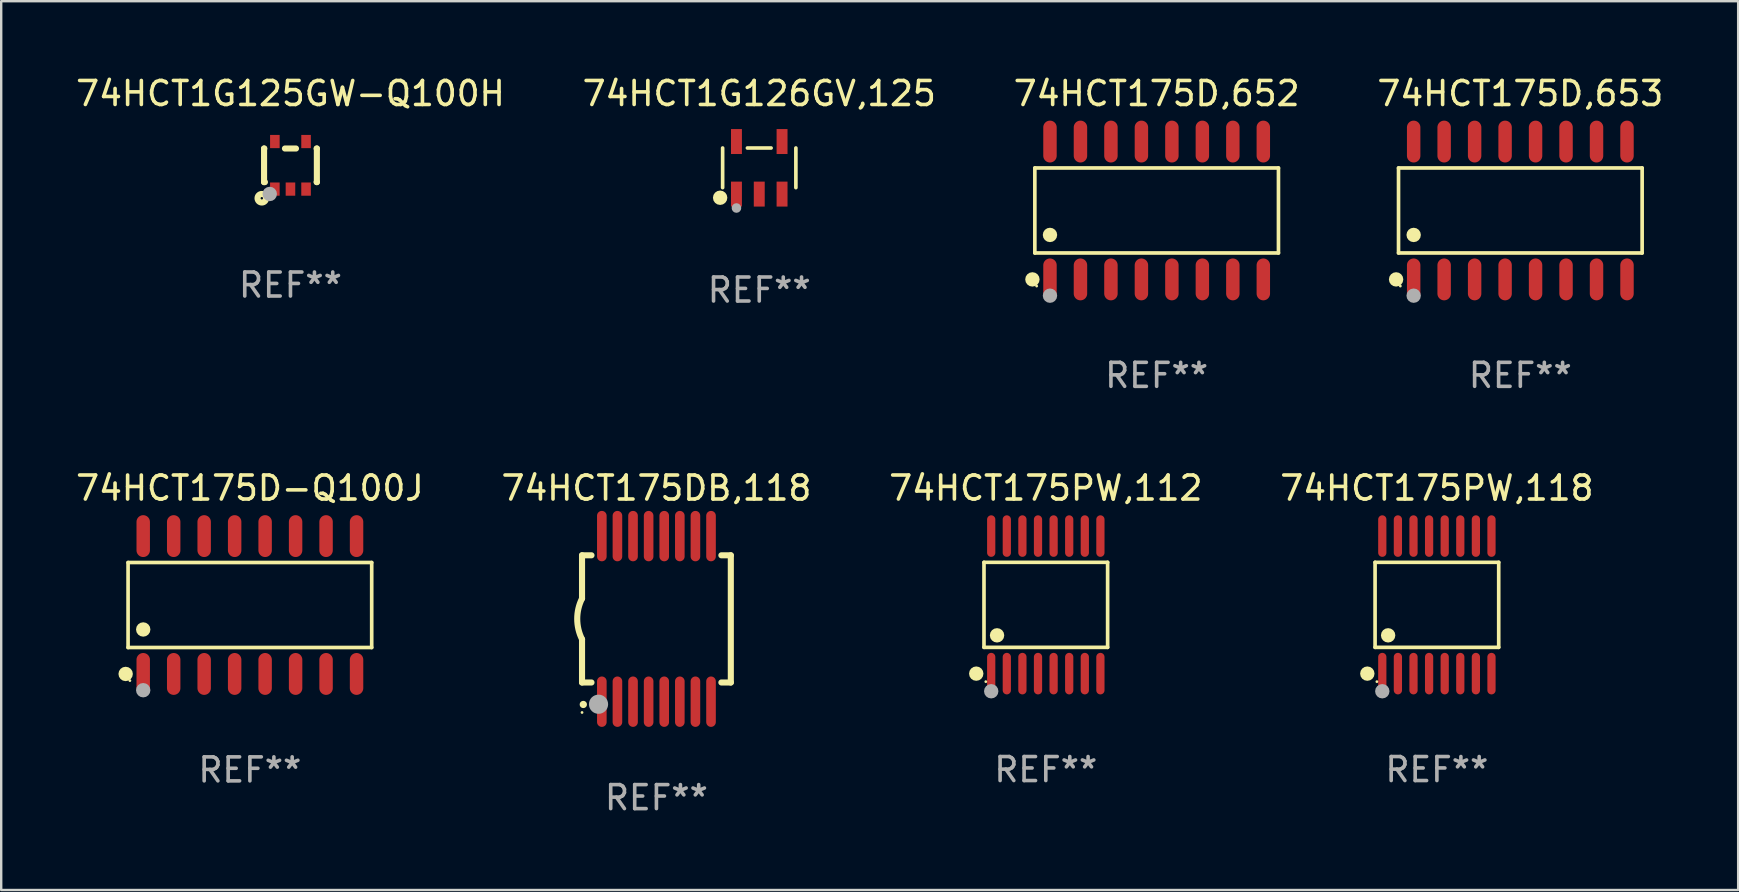
<source format=kicad_pcb>
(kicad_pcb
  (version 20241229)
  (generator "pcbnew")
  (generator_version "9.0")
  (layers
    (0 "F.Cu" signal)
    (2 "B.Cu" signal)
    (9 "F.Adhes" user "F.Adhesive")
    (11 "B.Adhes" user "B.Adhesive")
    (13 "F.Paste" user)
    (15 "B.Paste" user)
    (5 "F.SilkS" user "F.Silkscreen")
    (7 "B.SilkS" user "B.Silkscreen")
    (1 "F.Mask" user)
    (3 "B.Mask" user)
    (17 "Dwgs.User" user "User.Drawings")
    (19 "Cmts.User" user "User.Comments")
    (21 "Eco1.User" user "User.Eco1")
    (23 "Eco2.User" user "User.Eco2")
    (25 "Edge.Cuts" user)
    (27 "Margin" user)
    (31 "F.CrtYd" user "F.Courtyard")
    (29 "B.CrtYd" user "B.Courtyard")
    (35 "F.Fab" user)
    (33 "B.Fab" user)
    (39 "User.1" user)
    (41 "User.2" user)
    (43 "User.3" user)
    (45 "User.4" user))
  (footprint "74HCT175DB,118"
    (layer "F.Cu")
    (at 24.304 22.74)
    (property "Reference" "74HCT175DB,118" (at 0 -5.45 0) (layer "F.SilkS") (effects (font (size 1 1) (thickness 0.15))))
    (attr through_hole)
    (fp_line (start -3.1 -2.65) (end -3.1 -0.85) (stroke (width 0.254) (type solid)) (layer "F.SilkS"))
    (fp_line (start -3.1 -2.65) (end -2.706 -2.65) (stroke (width 0.254) (type solid)) (layer "F.SilkS"))
    (fp_line (start -3.1 2.65) (end -3.1 0.85) (stroke (width 0.254) (type solid)) (layer "F.SilkS"))
    (fp_line (start -3.1 2.65) (end -2.706 2.65) (stroke (width 0.254) (type solid)) (layer "F.SilkS"))
    (fp_line (start 2.706 -2.65) (end 3.1 -2.65) (stroke (width 0.254) (type solid)) (layer "F.SilkS"))
    (fp_line (start 2.706 2.65) (end 3.1 2.65) (stroke (width 0.254) (type solid)) (layer "F.SilkS"))
    (fp_line (start 3.1 -2.65) (end 3.1 2.65) (stroke (width 0.254) (type solid)) (layer "F.SilkS"))
    (fp_arc (start -3.098907 0.850902) (mid -3.300057 0.000523) (end -3.1 -0.850114) (stroke (width 0.254001) (type solid)) (layer "F.SilkS"))
    (fp_arc (start -3.048006 3.566066) (mid -3.046736 3.566061) (end -3.045466 3.566066) (stroke (width 0.3) (type solid)) (layer "F.SilkS"))
    (fp_circle (center -3.1 3.9) (end -3.07 3.9) (stroke (width 0.06) (type solid)) (fill no) (layer "F.SilkS"))
    (fp_circle (center -2.413 3.556) (end -2.213 3.556) (stroke (width 0.4) (type solid)) (fill no) (layer "F.Fab"))
    (fp_text user "REF**" (at 0 7.45 0) (layer "F.Fab") (effects (font (size 1 1) (thickness 0.15))))
    (pad "1" smd oval (at -2.275 3.45 180) (size 0.4 2.1) (layers "F.Cu" "F.Mask" "F.Paste"))
    (pad "2" smd oval (at -1.625 3.45 180) (size 0.4 2.1) (layers "F.Cu" "F.Mask" "F.Paste"))
    (pad "3" smd oval (at -0.975 3.45 180) (size 0.4 2.1) (layers "F.Cu" "F.Mask" "F.Paste"))
    (pad "4" smd oval (at -0.325 3.45 180) (size 0.4 2.1) (layers "F.Cu" "F.Mask" "F.Paste"))
    (pad "5" smd oval (at 0.325 3.45 180) (size 0.4 2.1) (layers "F.Cu" "F.Mask" "F.Paste"))
    (pad "6" smd oval (at 0.975 3.45 180) (size 0.4 2.1) (layers "F.Cu" "F.Mask" "F.Paste"))
    (pad "7" smd oval (at 1.625 3.45 180) (size 0.4 2.1) (layers "F.Cu" "F.Mask" "F.Paste"))
    (pad "8" smd oval (at 2.275 3.45 180) (size 0.4 2.1) (layers "F.Cu" "F.Mask" "F.Paste"))
    (pad "9" smd oval (at 2.275 -3.45 180) (size 0.4 2.1) (layers "F.Cu" "F.Mask" "F.Paste"))
    (pad "10" smd oval (at 1.625 -3.45 180) (size 0.4 2.1) (layers "F.Cu" "F.Mask" "F.Paste"))
    (pad "11" smd oval (at 0.975 -3.45 180) (size 0.4 2.1) (layers "F.Cu" "F.Mask" "F.Paste"))
    (pad "12" smd oval (at 0.325 -3.45 180) (size 0.4 2.1) (layers "F.Cu" "F.Mask" "F.Paste"))
    (pad "13" smd oval (at -0.325 -3.45 180) (size 0.4 2.1) (layers "F.Cu" "F.Mask" "F.Paste"))
    (pad "14" smd oval (at -0.975 -3.45 180) (size 0.4 2.1) (layers "F.Cu" "F.Mask" "F.Paste"))
    (pad "15" smd oval (at -1.625 -3.45 180) (size 0.4 2.1) (layers "F.Cu" "F.Mask" "F.Paste"))
    (pad "16" smd oval (at -2.275 -3.45 180) (size 0.4 2.1) (layers "F.Cu" "F.Mask" "F.Paste")))
  (footprint "74HCT1G125GW-Q100H"
    (layer "F.Cu")
    (at 9.054 3.839)
    (property "Reference" "74HCT1G125GW-Q100H" (at 0 -2.991 0) (layer "F.SilkS") (effects (font (size 1 1) (thickness 0.15))))
    (attr through_hole)
    (fp_line (start -1.1 -0.7) (end -1.1 0.7) (stroke (width 0.254) (type solid)) (layer "F.SilkS"))
    (fp_line (start -1.1 -0.7) (end -1.09 -0.7) (stroke (width 0.254) (type solid)) (layer "F.SilkS"))
    (fp_line (start -1.1 0.7) (end -1.065 0.7) (stroke (width 0.254) (type solid)) (layer "F.SilkS"))
    (fp_line (start -0.23 -0.7) (end 0.23 -0.7) (stroke (width 0.254) (type solid)) (layer "F.SilkS"))
    (fp_line (start 1.09 -0.7) (end 1.1 -0.7) (stroke (width 0.254) (type solid)) (layer "F.SilkS"))
    (fp_line (start 1.09 0.7) (end 1.1 0.7) (stroke (width 0.254) (type solid)) (layer "F.SilkS"))
    (fp_line (start 1.1 -0.7) (end 1.1 0.7) (stroke (width 0.254) (type solid)) (layer "F.SilkS"))
    (fp_circle (center -1.194 1.372) (end -1.143 1.372) (stroke (width 0.254) (type solid)) (fill no) (layer "F.SilkS"))
    (fp_circle (center -1.05 1.063) (end -1.02 1.063) (stroke (width 0.06) (type solid)) (fill no) (layer "F.SilkS"))
    (fp_circle (center -0.864 1.194) (end -0.713 1.194) (stroke (width 0.3) (type solid)) (fill no) (layer "F.Fab"))
    (fp_text user "REF**" (at 0 4.991 0) (layer "F.Fab") (effects (font (size 1 1) (thickness 0.15))))
    (pad "1" smd rect (at -0.65 0.991 180) (size 0.399 0.551) (layers "F.Cu" "F.Mask" "F.Paste"))
    (pad "2" smd rect (at 0 0.991 180) (size 0.399 0.551) (layers "F.Cu" "F.Mask" "F.Paste"))
    (pad "3" smd rect (at 0.65 0.991 180) (size 0.399 0.551) (layers "F.Cu" "F.Mask" "F.Paste"))
    (pad "4" smd rect (at 0.65 -0.991 180) (size 0.399 0.551) (layers "F.Cu" "F.Mask" "F.Paste"))
    (pad "5" smd rect (at -0.65 -0.991 180) (size 0.399 0.551) (layers "F.Cu" "F.Mask" "F.Paste")))
  (footprint "74HCT175PW,112"
    (layer "F.Cu")
    (at 40.53 22.155)
    (property "Reference" "74HCT175PW,112" (at 0 -4.866 0) (layer "F.SilkS") (effects (font (size 1 1) (thickness 0.15))))
    (attr through_hole)
    (fp_line (start -2.576 -1.772) (end 2.576 -1.772) (stroke (width 0.152) (type solid)) (layer "F.SilkS"))
    (fp_line (start -2.576 1.771) (end -2.576 -1.772) (stroke (width 0.152) (type solid)) (layer "F.SilkS"))
    (fp_line (start 2.576 -1.772) (end 2.576 1.771) (stroke (width 0.152) (type solid)) (layer "F.SilkS"))
    (fp_line (start 2.576 1.771) (end -2.576 1.771) (stroke (width 0.152) (type solid)) (layer "F.SilkS"))
    (fp_circle (center -2.899 2.866) (end -2.749 2.866) (stroke (width 0.3) (type solid)) (fill no) (layer "F.SilkS"))
    (fp_circle (center -2.5 3.2) (end -2.47 3.2) (stroke (width 0.06) (type solid)) (fill no) (layer "F.SilkS"))
    (fp_circle (center -2.032 1.27) (end -1.882 1.27) (stroke (width 0.3) (type solid)) (fill no) (layer "F.SilkS"))
    (fp_circle (center -2.275 3.6) (end -2.125 3.6) (stroke (width 0.3) (type solid)) (fill no) (layer "F.Fab"))
    (fp_text user "REF**" (at 0 6.866 0) (layer "F.Fab") (effects (font (size 1 1) (thickness 0.15))))
    (pad "1" smd oval (at -2.275 2.866) (size 0.343 1.731) (layers "F.Cu" "F.Mask" "F.Paste"))
    (pad "2" smd oval (at -1.625 2.866) (size 0.343 1.731) (layers "F.Cu" "F.Mask" "F.Paste"))
    (pad "3" smd oval (at -0.975 2.866) (size 0.343 1.731) (layers "F.Cu" "F.Mask" "F.Paste"))
    (pad "4" smd oval (at -0.325 2.866) (size 0.343 1.731) (layers "F.Cu" "F.Mask" "F.Paste"))
    (pad "5" smd oval (at 0.325 2.866) (size 0.343 1.731) (layers "F.Cu" "F.Mask" "F.Paste"))
    (pad "6" smd oval (at 0.975 2.866) (size 0.343 1.731) (layers "F.Cu" "F.Mask" "F.Paste"))
    (pad "7" smd oval (at 1.625 2.866) (size 0.343 1.731) (layers "F.Cu" "F.Mask" "F.Paste"))
    (pad "8" smd oval (at 2.275 2.866) (size 0.343 1.731) (layers "F.Cu" "F.Mask" "F.Paste"))
    (pad "9" smd oval (at 2.275 -2.866) (size 0.343 1.731) (layers "F.Cu" "F.Mask" "F.Paste"))
    (pad "10" smd oval (at 1.625 -2.866) (size 0.343 1.731) (layers "F.Cu" "F.Mask" "F.Paste"))
    (pad "11" smd oval (at 0.975 -2.866) (size 0.343 1.731) (layers "F.Cu" "F.Mask" "F.Paste"))
    (pad "12" smd oval (at 0.325 -2.866) (size 0.343 1.731) (layers "F.Cu" "F.Mask" "F.Paste"))
    (pad "13" smd oval (at -0.325 -2.866) (size 0.343 1.731) (layers "F.Cu" "F.Mask" "F.Paste"))
    (pad "14" smd oval (at -0.975 -2.866) (size 0.343 1.731) (layers "F.Cu" "F.Mask" "F.Paste"))
    (pad "15" smd oval (at -1.625 -2.866) (size 0.343 1.731) (layers "F.Cu" "F.Mask" "F.Paste"))
    (pad "16" smd oval (at -2.275 -2.866) (size 0.343 1.731) (layers "F.Cu" "F.Mask" "F.Paste")))
  (footprint "74HCT175D,652"
    (layer "F.Cu")
    (at 45.149 5.721)
    (property "Reference" "74HCT175D,652" (at 0 -4.872 0) (layer "F.SilkS") (effects (font (size 1 1) (thickness 0.15))))
    (attr through_hole)
    (fp_line (start -5.076 -1.771) (end 5.076 -1.771) (stroke (width 0.152) (type solid)) (layer "F.SilkS"))
    (fp_line (start -5.076 1.771) (end -5.076 -1.771) (stroke (width 0.152) (type solid)) (layer "F.SilkS"))
    (fp_line (start 5.076 -1.771) (end 5.076 1.771) (stroke (width 0.152) (type solid)) (layer "F.SilkS"))
    (fp_line (start 5.076 1.771) (end -5.076 1.771) (stroke (width 0.152) (type solid)) (layer "F.SilkS"))
    (fp_circle (center -5.177 2.872) (end -5.027 2.872) (stroke (width 0.3) (type solid)) (fill no) (layer "F.SilkS"))
    (fp_circle (center -5 3.15) (end -4.97 3.15) (stroke (width 0.06) (type solid)) (fill no) (layer "F.SilkS"))
    (fp_circle (center -4.445 1.019) (end -4.295 1.019) (stroke (width 0.3) (type solid)) (fill no) (layer "F.SilkS"))
    (fp_circle (center -4.445 3.55) (end -4.295 3.55) (stroke (width 0.3) (type solid)) (fill no) (layer "F.Fab"))
    (fp_text user "REF**" (at 0 6.872 0) (layer "F.Fab") (effects (font (size 1 1) (thickness 0.15))))
    (pad "1" smd oval (at -4.445 2.872) (size 0.56 1.745) (layers "F.Cu" "F.Mask" "F.Paste"))
    (pad "2" smd oval (at -3.175 2.872) (size 0.56 1.745) (layers "F.Cu" "F.Mask" "F.Paste"))
    (pad "3" smd oval (at -1.905 2.872) (size 0.56 1.745) (layers "F.Cu" "F.Mask" "F.Paste"))
    (pad "4" smd oval (at -0.635 2.872) (size 0.56 1.745) (layers "F.Cu" "F.Mask" "F.Paste"))
    (pad "5" smd oval (at 0.635 2.872) (size 0.56 1.745) (layers "F.Cu" "F.Mask" "F.Paste"))
    (pad "6" smd oval (at 1.905 2.872) (size 0.56 1.745) (layers "F.Cu" "F.Mask" "F.Paste"))
    (pad "7" smd oval (at 3.175 2.872) (size 0.56 1.745) (layers "F.Cu" "F.Mask" "F.Paste"))
    (pad "8" smd oval (at 4.445 2.872) (size 0.56 1.745) (layers "F.Cu" "F.Mask" "F.Paste"))
    (pad "9" smd oval (at 4.445 -2.872) (size 0.56 1.745) (layers "F.Cu" "F.Mask" "F.Paste"))
    (pad "10" smd oval (at 3.175 -2.872) (size 0.56 1.745) (layers "F.Cu" "F.Mask" "F.Paste"))
    (pad "11" smd oval (at 1.905 -2.872) (size 0.56 1.745) (layers "F.Cu" "F.Mask" "F.Paste"))
    (pad "12" smd oval (at 0.635 -2.872) (size 0.56 1.745) (layers "F.Cu" "F.Mask" "F.Paste"))
    (pad "13" smd oval (at -0.635 -2.872) (size 0.56 1.745) (layers "F.Cu" "F.Mask" "F.Paste"))
    (pad "14" smd oval (at -1.905 -2.872) (size 0.56 1.745) (layers "F.Cu" "F.Mask" "F.Paste"))
    (pad "15" smd oval (at -3.175 -2.872) (size 0.56 1.745) (layers "F.Cu" "F.Mask" "F.Paste"))
    (pad "16" smd oval (at -4.445 -2.872) (size 0.56 1.745) (layers "F.Cu" "F.Mask" "F.Paste")))
  (footprint "74HCT175D,653"
    (layer "F.Cu")
    (at 60.304 5.721)
    (property "Reference" "74HCT175D,653" (at 0 -4.872 0) (layer "F.SilkS") (effects (font (size 1 1) (thickness 0.15))))
    (attr through_hole)
    (fp_line (start -5.076 -1.771) (end 5.076 -1.771) (stroke (width 0.152) (type solid)) (layer "F.SilkS"))
    (fp_line (start -5.076 1.771) (end -5.076 -1.771) (stroke (width 0.152) (type solid)) (layer "F.SilkS"))
    (fp_line (start 5.076 -1.771) (end 5.076 1.771) (stroke (width 0.152) (type solid)) (layer "F.SilkS"))
    (fp_line (start 5.076 1.771) (end -5.076 1.771) (stroke (width 0.152) (type solid)) (layer "F.SilkS"))
    (fp_circle (center -5.177 2.872) (end -5.027 2.872) (stroke (width 0.3) (type solid)) (fill no) (layer "F.SilkS"))
    (fp_circle (center -5 3.15) (end -4.97 3.15) (stroke (width 0.06) (type solid)) (fill no) (layer "F.SilkS"))
    (fp_circle (center -4.445 1.019) (end -4.295 1.019) (stroke (width 0.3) (type solid)) (fill no) (layer "F.SilkS"))
    (fp_circle (center -4.445 3.55) (end -4.295 3.55) (stroke (width 0.3) (type solid)) (fill no) (layer "F.Fab"))
    (fp_text user "REF**" (at 0 6.872 0) (layer "F.Fab") (effects (font (size 1 1) (thickness 0.15))))
    (pad "1" smd oval (at -4.445 2.872) (size 0.56 1.745) (layers "F.Cu" "F.Mask" "F.Paste"))
    (pad "2" smd oval (at -3.175 2.872) (size 0.56 1.745) (layers "F.Cu" "F.Mask" "F.Paste"))
    (pad "3" smd oval (at -1.905 2.872) (size 0.56 1.745) (layers "F.Cu" "F.Mask" "F.Paste"))
    (pad "4" smd oval (at -0.635 2.872) (size 0.56 1.745) (layers "F.Cu" "F.Mask" "F.Paste"))
    (pad "5" smd oval (at 0.635 2.872) (size 0.56 1.745) (layers "F.Cu" "F.Mask" "F.Paste"))
    (pad "6" smd oval (at 1.905 2.872) (size 0.56 1.745) (layers "F.Cu" "F.Mask" "F.Paste"))
    (pad "7" smd oval (at 3.175 2.872) (size 0.56 1.745) (layers "F.Cu" "F.Mask" "F.Paste"))
    (pad "8" smd oval (at 4.445 2.872) (size 0.56 1.745) (layers "F.Cu" "F.Mask" "F.Paste"))
    (pad "9" smd oval (at 4.445 -2.872) (size 0.56 1.745) (layers "F.Cu" "F.Mask" "F.Paste"))
    (pad "10" smd oval (at 3.175 -2.872) (size 0.56 1.745) (layers "F.Cu" "F.Mask" "F.Paste"))
    (pad "11" smd oval (at 1.905 -2.872) (size 0.56 1.745) (layers "F.Cu" "F.Mask" "F.Paste"))
    (pad "12" smd oval (at 0.635 -2.872) (size 0.56 1.745) (layers "F.Cu" "F.Mask" "F.Paste"))
    (pad "13" smd oval (at -0.635 -2.872) (size 0.56 1.745) (layers "F.Cu" "F.Mask" "F.Paste"))
    (pad "14" smd oval (at -1.905 -2.872) (size 0.56 1.745) (layers "F.Cu" "F.Mask" "F.Paste"))
    (pad "15" smd oval (at -3.175 -2.872) (size 0.56 1.745) (layers "F.Cu" "F.Mask" "F.Paste"))
    (pad "16" smd oval (at -4.445 -2.872) (size 0.56 1.745) (layers "F.Cu" "F.Mask" "F.Paste")))
  (footprint "74HCT175PW,118"
    (layer "F.Cu")
    (at 56.827 22.155)
    (property "Reference" "74HCT175PW,118" (at 0 -4.866 0) (layer "F.SilkS") (effects (font (size 1 1) (thickness 0.15))))
    (attr through_hole)
    (fp_line (start -2.576 -1.772) (end 2.576 -1.772) (stroke (width 0.152) (type solid)) (layer "F.SilkS"))
    (fp_line (start -2.576 1.771) (end -2.576 -1.772) (stroke (width 0.152) (type solid)) (layer "F.SilkS"))
    (fp_line (start 2.576 -1.772) (end 2.576 1.771) (stroke (width 0.152) (type solid)) (layer "F.SilkS"))
    (fp_line (start 2.576 1.771) (end -2.576 1.771) (stroke (width 0.152) (type solid)) (layer "F.SilkS"))
    (fp_circle (center -2.899 2.866) (end -2.749 2.866) (stroke (width 0.3) (type solid)) (fill no) (layer "F.SilkS"))
    (fp_circle (center -2.5 3.2) (end -2.47 3.2) (stroke (width 0.06) (type solid)) (fill no) (layer "F.SilkS"))
    (fp_circle (center -2.032 1.27) (end -1.882 1.27) (stroke (width 0.3) (type solid)) (fill no) (layer "F.SilkS"))
    (fp_circle (center -2.275 3.6) (end -2.125 3.6) (stroke (width 0.3) (type solid)) (fill no) (layer "F.Fab"))
    (fp_text user "REF**" (at 0 6.866 0) (layer "F.Fab") (effects (font (size 1 1) (thickness 0.15))))
    (pad "1" smd oval (at -2.275 2.866) (size 0.343 1.731) (layers "F.Cu" "F.Mask" "F.Paste"))
    (pad "2" smd oval (at -1.625 2.866) (size 0.343 1.731) (layers "F.Cu" "F.Mask" "F.Paste"))
    (pad "3" smd oval (at -0.975 2.866) (size 0.343 1.731) (layers "F.Cu" "F.Mask" "F.Paste"))
    (pad "4" smd oval (at -0.325 2.866) (size 0.343 1.731) (layers "F.Cu" "F.Mask" "F.Paste"))
    (pad "5" smd oval (at 0.325 2.866) (size 0.343 1.731) (layers "F.Cu" "F.Mask" "F.Paste"))
    (pad "6" smd oval (at 0.975 2.866) (size 0.343 1.731) (layers "F.Cu" "F.Mask" "F.Paste"))
    (pad "7" smd oval (at 1.625 2.866) (size 0.343 1.731) (layers "F.Cu" "F.Mask" "F.Paste"))
    (pad "8" smd oval (at 2.275 2.866) (size 0.343 1.731) (layers "F.Cu" "F.Mask" "F.Paste"))
    (pad "9" smd oval (at 2.275 -2.866) (size 0.343 1.731) (layers "F.Cu" "F.Mask" "F.Paste"))
    (pad "10" smd oval (at 1.625 -2.866) (size 0.343 1.731) (layers "F.Cu" "F.Mask" "F.Paste"))
    (pad "11" smd oval (at 0.975 -2.866) (size 0.343 1.731) (layers "F.Cu" "F.Mask" "F.Paste"))
    (pad "12" smd oval (at 0.325 -2.866) (size 0.343 1.731) (layers "F.Cu" "F.Mask" "F.Paste"))
    (pad "13" smd oval (at -0.325 -2.866) (size 0.343 1.731) (layers "F.Cu" "F.Mask" "F.Paste"))
    (pad "14" smd oval (at -0.975 -2.866) (size 0.343 1.731) (layers "F.Cu" "F.Mask" "F.Paste"))
    (pad "15" smd oval (at -1.625 -2.866) (size 0.343 1.731) (layers "F.Cu" "F.Mask" "F.Paste"))
    (pad "16" smd oval (at -2.275 -2.866) (size 0.343 1.731) (layers "F.Cu" "F.Mask" "F.Paste")))
  (footprint "74HCT1G126GV,125"
    (layer "F.Cu")
    (at 28.589 3.943)
    (property "Reference" "74HCT1G126GV,125" (at 0 -3.095 0) (layer "F.SilkS") (effects (font (size 1 1) (thickness 0.15))))
    (attr through_hole)
    (fp_line (start -1.526 0.826) (end -1.526 -0.826) (stroke (width 0.152) (type solid)) (layer "F.SilkS"))
    (fp_line (start 0.494 -0.826) (end -0.494 -0.826) (stroke (width 0.152) (type solid)) (layer "F.SilkS"))
    (fp_line (start 1.526 0.826) (end 1.526 -0.826) (stroke (width 0.152) (type solid)) (layer "F.SilkS"))
    (fp_circle (center -1.63 1.247) (end -1.48 1.247) (stroke (width 0.3) (type solid)) (fill no) (layer "F.SilkS"))
    (fp_circle (center -1.45 1.375) (end -1.42 1.375) (stroke (width 0.06) (type solid)) (fill no) (layer "F.SilkS"))
    (fp_circle (center -0.95 1.675) (end -0.85 1.675) (stroke (width 0.2) (type solid)) (fill no) (layer "F.Fab"))
    (fp_text user "REF**" (at 0 5.095 0) (layer "F.Fab") (effects (font (size 1 1) (thickness 0.15))))
    (pad "1" smd rect (at -0.95 1.095) (size 0.455 1.04) (layers "F.Cu" "F.Mask" "F.Paste"))
    (pad "2" smd rect (at 0 1.095) (size 0.455 1.04) (layers "F.Cu" "F.Mask" "F.Paste"))
    (pad "3" smd rect (at 0.95 1.095) (size 0.455 1.04) (layers "F.Cu" "F.Mask" "F.Paste"))
    (pad "4" smd rect (at 0.95 -1.095) (size 0.455 1.04) (layers "F.Cu" "F.Mask" "F.Paste"))
    (pad "5" smd rect (at -0.95 -1.095) (size 0.455 1.04) (layers "F.Cu" "F.Mask" "F.Paste")))
  (footprint "74HCT175D-Q100J"
    (layer "F.Cu")
    (at 7.363 22.162)
    (property "Reference" "74HCT175D-Q100J" (at 0 -4.872 0) (layer "F.SilkS") (effects (font (size 1 1) (thickness 0.15))))
    (attr through_hole)
    (fp_line (start -5.076 -1.771) (end 5.076 -1.771) (stroke (width 0.152) (type solid)) (layer "F.SilkS"))
    (fp_line (start -5.076 1.771) (end -5.076 -1.771) (stroke (width 0.152) (type solid)) (layer "F.SilkS"))
    (fp_line (start 5.076 -1.771) (end 5.076 1.771) (stroke (width 0.152) (type solid)) (layer "F.SilkS"))
    (fp_line (start 5.076 1.771) (end -5.076 1.771) (stroke (width 0.152) (type solid)) (layer "F.SilkS"))
    (fp_circle (center -5.177 2.872) (end -5.027 2.872) (stroke (width 0.3) (type solid)) (fill no) (layer "F.SilkS"))
    (fp_circle (center -5 3.15) (end -4.97 3.15) (stroke (width 0.06) (type solid)) (fill no) (layer "F.SilkS"))
    (fp_circle (center -4.445 1.019) (end -4.295 1.019) (stroke (width 0.3) (type solid)) (fill no) (layer "F.SilkS"))
    (fp_circle (center -4.445 3.55) (end -4.295 3.55) (stroke (width 0.3) (type solid)) (fill no) (layer "F.Fab"))
    (fp_text user "REF**" (at 0 6.872 0) (layer "F.Fab") (effects (font (size 1 1) (thickness 0.15))))
    (pad "1" smd oval (at -4.445 2.872) (size 0.56 1.745) (layers "F.Cu" "F.Mask" "F.Paste"))
    (pad "2" smd oval (at -3.175 2.872) (size 0.56 1.745) (layers "F.Cu" "F.Mask" "F.Paste"))
    (pad "3" smd oval (at -1.905 2.872) (size 0.56 1.745) (layers "F.Cu" "F.Mask" "F.Paste"))
    (pad "4" smd oval (at -0.635 2.872) (size 0.56 1.745) (layers "F.Cu" "F.Mask" "F.Paste"))
    (pad "5" smd oval (at 0.635 2.872) (size 0.56 1.745) (layers "F.Cu" "F.Mask" "F.Paste"))
    (pad "6" smd oval (at 1.905 2.872) (size 0.56 1.745) (layers "F.Cu" "F.Mask" "F.Paste"))
    (pad "7" smd oval (at 3.175 2.872) (size 0.56 1.745) (layers "F.Cu" "F.Mask" "F.Paste"))
    (pad "8" smd oval (at 4.445 2.872) (size 0.56 1.745) (layers "F.Cu" "F.Mask" "F.Paste"))
    (pad "9" smd oval (at 4.445 -2.872) (size 0.56 1.745) (layers "F.Cu" "F.Mask" "F.Paste"))
    (pad "10" smd oval (at 3.175 -2.872) (size 0.56 1.745) (layers "F.Cu" "F.Mask" "F.Paste"))
    (pad "11" smd oval (at 1.905 -2.872) (size 0.56 1.745) (layers "F.Cu" "F.Mask" "F.Paste"))
    (pad "12" smd oval (at 0.635 -2.872) (size 0.56 1.745) (layers "F.Cu" "F.Mask" "F.Paste"))
    (pad "13" smd oval (at -0.635 -2.872) (size 0.56 1.745) (layers "F.Cu" "F.Mask" "F.Paste"))
    (pad "14" smd oval (at -1.905 -2.872) (size 0.56 1.745) (layers "F.Cu" "F.Mask" "F.Paste"))
    (pad "15" smd oval (at -3.175 -2.872) (size 0.56 1.745) (layers "F.Cu" "F.Mask" "F.Paste"))
    (pad "16" smd oval (at -4.445 -2.872) (size 0.56 1.745) (layers "F.Cu" "F.Mask" "F.Paste")))
  (gr_rect
    (start -3 -3)
    (end 69.381 34.038)
    (stroke (width 0.1) (type default))
    (fill no)
    (layer "Edge.Cuts")))
</source>
